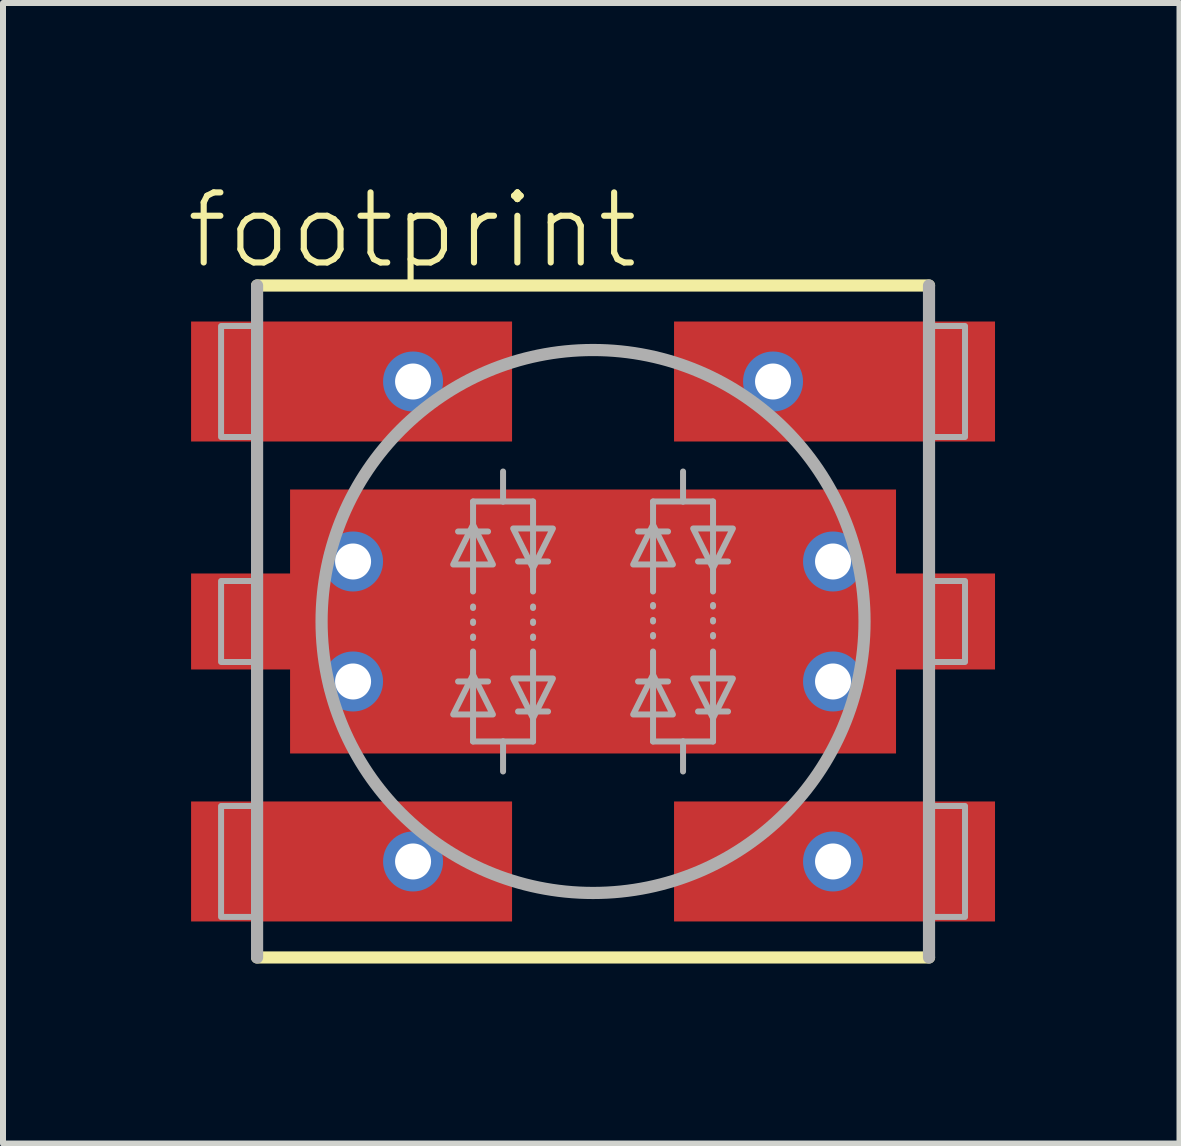
<source format=kicad_pcb>
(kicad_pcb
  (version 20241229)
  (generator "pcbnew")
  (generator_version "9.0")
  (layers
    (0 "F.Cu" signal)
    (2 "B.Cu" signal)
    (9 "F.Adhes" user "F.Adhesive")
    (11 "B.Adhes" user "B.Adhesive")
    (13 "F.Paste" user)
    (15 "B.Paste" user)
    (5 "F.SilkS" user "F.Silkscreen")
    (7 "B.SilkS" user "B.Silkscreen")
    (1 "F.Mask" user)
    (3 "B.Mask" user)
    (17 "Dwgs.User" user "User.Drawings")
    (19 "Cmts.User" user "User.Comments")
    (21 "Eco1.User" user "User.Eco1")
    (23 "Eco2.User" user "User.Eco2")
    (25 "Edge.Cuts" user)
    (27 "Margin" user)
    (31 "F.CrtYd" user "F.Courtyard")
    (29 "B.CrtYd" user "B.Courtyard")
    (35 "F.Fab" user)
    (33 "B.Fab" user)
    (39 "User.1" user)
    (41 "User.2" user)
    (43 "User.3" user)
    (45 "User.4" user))
  (footprint "footprint"
    (layer "F.Cu")
    (at 6.835 7.309)
    (property "Reference" "footprint" (at -6.835 -5.836 0) (layer "F.SilkS") (effects (font (size 1.168 1.168) (thickness 0.102)) (justify left bottom)))
    (fp_poly (pts (xy -6.775 -2.95) (xy -5.4 -2.95) (xy -5.4 -5.05) (xy -6.775 -5.05)) (stroke (width 0) (type solid)) (fill yes) (layer "F.Mask"))
    (fp_poly (pts (xy -6.775 5.05) (xy -5.4 5.05) (xy -5.4 2.95) (xy -6.775 2.95)) (stroke (width 0) (type solid)) (fill yes) (layer "F.Mask"))
    (fp_poly (pts (xy -5.45 -3.35) (xy -1.3 -3.35) (xy -1.3 -4.65) (xy -5.45 -4.65)) (stroke (width 0) (type solid)) (fill yes) (layer "F.Mask"))
    (fp_poly (pts (xy -5.45 4.65) (xy -1.3 4.65) (xy -1.3 3.35) (xy -5.45 3.35)) (stroke (width 0) (type solid)) (fill yes) (layer "F.Mask"))
    (fp_poly (pts (xy 5.45 -4.65) (xy 1.3 -4.65) (xy 1.3 -3.35) (xy 5.45 -3.35)) (stroke (width 0) (type solid)) (fill yes) (layer "F.Mask"))
    (fp_poly (pts (xy 5.45 3.35) (xy 1.3 3.35) (xy 1.3 4.65) (xy 5.45 4.65)) (stroke (width 0) (type solid)) (fill yes) (layer "F.Mask"))
    (fp_poly (pts (xy 6.775 -5.05) (xy 5.4 -5.05) (xy 5.4 -2.95) (xy 6.775 -2.95)) (stroke (width 0) (type solid)) (fill yes) (layer "F.Mask"))
    (fp_poly (pts (xy 6.775 2.95) (xy 5.4 2.95) (xy 5.4 5.05) (xy 6.775 5.05)) (stroke (width 0) (type solid)) (fill yes) (layer "F.Mask"))
    (fp_line (start -5.6 -5.6) (end 5.6 -5.6) (stroke (width 0.203) (type solid)) (layer "F.SilkS"))
    (fp_line (start 5.6 5.6) (end -5.6 5.6) (stroke (width 0.203) (type solid)) (layer "F.SilkS"))
    (fp_poly (pts (xy -6.625 -3.075) (xy -5.475 -3.075) (xy -5.475 -4.925) (xy -6.625 -4.925)) (stroke (width 0) (type solid)) (fill yes) (layer "F.Paste"))
    (fp_poly (pts (xy -6.625 4.925) (xy -5.475 4.925) (xy -5.475 3.075) (xy -6.625 3.075)) (stroke (width 0) (type solid)) (fill yes) (layer "F.Paste"))
    (fp_poly (pts (xy -6.575 0.675) (xy -4.75 0.675) (xy -4.75 -0.675) (xy -6.575 -0.675)) (stroke (width 0) (type solid)) (fill yes) (layer "F.Paste"))
    (fp_poly (pts (xy -5.55 -3.425) (xy -1.425 -3.425) (xy -1.425 -4.575) (xy -5.55 -4.575)) (stroke (width 0) (type solid)) (fill yes) (layer "F.Paste"))
    (fp_poly (pts (xy -5.55 4.575) (xy -1.425 4.575) (xy -1.425 3.425) (xy -5.55 3.425)) (stroke (width 0) (type solid)) (fill yes) (layer "F.Paste"))
    (fp_poly (pts (xy -4.85 2) (xy 4.875 2) (xy 4.875 -2) (xy -4.85 -2)) (stroke (width 0) (type solid)) (fill yes) (layer "F.Paste"))
    (fp_poly (pts (xy 5.55 -4.575) (xy 1.425 -4.575) (xy 1.425 -3.425) (xy 5.55 -3.425)) (stroke (width 0) (type solid)) (fill yes) (layer "F.Paste"))
    (fp_poly (pts (xy 5.55 3.425) (xy 1.425 3.425) (xy 1.425 4.575) (xy 5.55 4.575)) (stroke (width 0) (type solid)) (fill yes) (layer "F.Paste"))
    (fp_poly (pts (xy 6.575 -0.675) (xy 4.75 -0.675) (xy 4.75 0.675) (xy 6.575 0.675)) (stroke (width 0) (type solid)) (fill yes) (layer "F.Paste"))
    (fp_poly (pts (xy 6.625 -4.925) (xy 5.475 -4.925) (xy 5.475 -3.075) (xy 6.625 -3.075)) (stroke (width 0) (type solid)) (fill yes) (layer "F.Paste"))
    (fp_poly (pts (xy 6.625 3.075) (xy 5.475 3.075) (xy 5.475 4.925) (xy 6.625 4.925)) (stroke (width 0) (type solid)) (fill yes) (layer "F.Paste"))
    (fp_line (start -5.6 5.6) (end -5.6 -5.6) (stroke (width 0.203) (type solid)) (layer "F.Fab"))
    (fp_line (start -2.25 -1.5) (end -1.75 -1.5) (stroke (width 0.1) (type solid)) (layer "F.Fab"))
    (fp_line (start -2.25 1) (end -1.75 1) (stroke (width 0.1) (type solid)) (layer "F.Fab"))
    (fp_line (start -2 -2) (end -2 -1) (stroke (width 0.1) (type solid)) (layer "F.Fab"))
    (fp_line (start -2 -1) (end -2 -0.5) (stroke (width 0.1) (type solid)) (layer "F.Fab"))
    (fp_line (start -2 -0.25) (end -2 -0.225) (stroke (width 0.1) (type solid)) (layer "F.Fab"))
    (fp_line (start -2 0) (end -2 0.025) (stroke (width 0.1) (type solid)) (layer "F.Fab"))
    (fp_line (start -2 0.25) (end -2 0.275) (stroke (width 0.1) (type solid)) (layer "F.Fab"))
    (fp_line (start -2 2) (end -2 0.5) (stroke (width 0.1) (type solid)) (layer "F.Fab"))
    (fp_line (start -1.5 -2.5) (end -1.5 -2) (stroke (width 0.1) (type solid)) (layer "F.Fab"))
    (fp_line (start -1.5 -2) (end -2 -2) (stroke (width 0.1) (type solid)) (layer "F.Fab"))
    (fp_line (start -1.5 -2) (end -1 -2) (stroke (width 0.1) (type solid)) (layer "F.Fab"))
    (fp_line (start -1.5 2) (end -2 2) (stroke (width 0.1) (type solid)) (layer "F.Fab"))
    (fp_line (start -1.5 2) (end -1 2) (stroke (width 0.1) (type solid)) (layer "F.Fab"))
    (fp_line (start -1.5 2.5) (end -1.5 2) (stroke (width 0.1) (type solid)) (layer "F.Fab"))
    (fp_line (start -1.25 -1) (end -0.75 -1) (stroke (width 0.1) (type solid)) (layer "F.Fab"))
    (fp_line (start -1 -2) (end -1 -1) (stroke (width 0.1) (type solid)) (layer "F.Fab"))
    (fp_line (start -1 -1) (end -1 -0.5) (stroke (width 0.1) (type solid)) (layer "F.Fab"))
    (fp_line (start -1 -0.25) (end -1 -0.225) (stroke (width 0.1) (type solid)) (layer "F.Fab"))
    (fp_line (start -1 0) (end -1 0.025) (stroke (width 0.1) (type solid)) (layer "F.Fab"))
    (fp_line (start -1 0.25) (end -1 0.275) (stroke (width 0.1) (type solid)) (layer "F.Fab"))
    (fp_line (start -1 2) (end -1 0.5) (stroke (width 0.1) (type solid)) (layer "F.Fab"))
    (fp_line (start -0.75 1.5) (end -1.25 1.5) (stroke (width 0.1) (type solid)) (layer "F.Fab"))
    (fp_line (start 0.75 -1.5) (end 1.25 -1.5) (stroke (width 0.1) (type solid)) (layer "F.Fab"))
    (fp_line (start 1 -2) (end 1 -0.5) (stroke (width 0.1) (type solid)) (layer "F.Fab"))
    (fp_line (start 1 -0.25) (end 1 -0.275) (stroke (width 0.1) (type solid)) (layer "F.Fab"))
    (fp_line (start 1 0) (end 1 -0.025) (stroke (width 0.1) (type solid)) (layer "F.Fab"))
    (fp_line (start 1 0.25) (end 1 0.225) (stroke (width 0.1) (type solid)) (layer "F.Fab"))
    (fp_line (start 1 1) (end 1 0.5) (stroke (width 0.1) (type solid)) (layer "F.Fab"))
    (fp_line (start 1 2) (end 1 1) (stroke (width 0.1) (type solid)) (layer "F.Fab"))
    (fp_line (start 1.25 1) (end 0.75 1) (stroke (width 0.1) (type solid)) (layer "F.Fab"))
    (fp_line (start 1.5 -2.5) (end 1.5 -2) (stroke (width 0.1) (type solid)) (layer "F.Fab"))
    (fp_line (start 1.5 -2) (end 1 -2) (stroke (width 0.1) (type solid)) (layer "F.Fab"))
    (fp_line (start 1.5 -2) (end 2 -2) (stroke (width 0.1) (type solid)) (layer "F.Fab"))
    (fp_line (start 1.5 2) (end 1 2) (stroke (width 0.1) (type solid)) (layer "F.Fab"))
    (fp_line (start 1.5 2) (end 2 2) (stroke (width 0.1) (type solid)) (layer "F.Fab"))
    (fp_line (start 1.5 2.5) (end 1.5 2) (stroke (width 0.1) (type solid)) (layer "F.Fab"))
    (fp_line (start 2 -2) (end 2 -0.5) (stroke (width 0.1) (type solid)) (layer "F.Fab"))
    (fp_line (start 2 -0.25) (end 2 -0.275) (stroke (width 0.1) (type solid)) (layer "F.Fab"))
    (fp_line (start 2 0) (end 2 -0.025) (stroke (width 0.1) (type solid)) (layer "F.Fab"))
    (fp_line (start 2 0.25) (end 2 0.225) (stroke (width 0.1) (type solid)) (layer "F.Fab"))
    (fp_line (start 2 1) (end 2 0.5) (stroke (width 0.1) (type solid)) (layer "F.Fab"))
    (fp_line (start 2 2) (end 2 1) (stroke (width 0.1) (type solid)) (layer "F.Fab"))
    (fp_line (start 2.25 -1) (end 1.75 -1) (stroke (width 0.1) (type solid)) (layer "F.Fab"))
    (fp_line (start 2.25 1.5) (end 1.75 1.5) (stroke (width 0.1) (type solid)) (layer "F.Fab"))
    (fp_line (start 5.6 -5.6) (end 5.6 5.6) (stroke (width 0.203) (type solid)) (layer "F.Fab"))
    (fp_circle (center 0 0) (end 4.525 0) (stroke (width 0.203) (type solid)) (fill no) (layer "F.Fab"))
    (fp_poly (pts (xy -1.669 -0.95) (xy -2.331 -0.95) (xy -2 -1.612)) (stroke (width 0.1) (type solid)) (fill no) (layer "F.Fab"))
    (fp_poly (pts (xy -1.669 1.55) (xy -2.331 1.55) (xy -2 0.888)) (stroke (width 0.1) (type solid)) (fill no) (layer "F.Fab"))
    (fp_poly (pts (xy -1 -0.888) (xy -1.331 -1.55) (xy -0.669 -1.55)) (stroke (width 0.1) (type solid)) (fill no) (layer "F.Fab"))
    (fp_poly (pts (xy -1 1.612) (xy -1.331 0.95) (xy -0.669 0.95)) (stroke (width 0.1) (type solid)) (fill no) (layer "F.Fab"))
    (fp_poly (pts (xy 1.331 -0.95) (xy 0.669 -0.95) (xy 1 -1.612)) (stroke (width 0.1) (type solid)) (fill no) (layer "F.Fab"))
    (fp_poly (pts (xy 1.331 1.55) (xy 0.669 1.55) (xy 1 0.888)) (stroke (width 0.1) (type solid)) (fill no) (layer "F.Fab"))
    (fp_poly (pts (xy 2 -0.888) (xy 1.669 -1.55) (xy 2.331 -1.55)) (stroke (width 0.1) (type solid)) (fill no) (layer "F.Fab"))
    (fp_poly (pts (xy 2 1.612) (xy 1.669 0.95) (xy 2.331 0.95)) (stroke (width 0.1) (type solid)) (fill no) (layer "F.Fab"))
    (fp_poly (pts (xy -6.2 -3.075) (xy -5.6 -3.075) (xy -5.6 -4.925) (xy -6.2 -4.925)) (stroke (width 0.1) (type solid)) (fill no) (layer "F.Fab"))
    (fp_poly (pts (xy -6.2 0.675) (xy -5.6 0.675) (xy -5.6 -0.675) (xy -6.2 -0.675)) (stroke (width 0.1) (type solid)) (fill no) (layer "F.Fab"))
    (fp_poly (pts (xy -6.2 4.925) (xy -5.6 4.925) (xy -5.6 3.075) (xy -6.2 3.075)) (stroke (width 0.1) (type solid)) (fill no) (layer "F.Fab"))
    (fp_poly (pts (xy 6.2 -4.925) (xy 5.6 -4.925) (xy 5.6 -3.075) (xy 6.2 -3.075)) (stroke (width 0.1) (type solid)) (fill no) (layer "F.Fab"))
    (fp_poly (pts (xy 6.2 -0.675) (xy 5.6 -0.675) (xy 5.6 0.675) (xy 6.2 0.675)) (stroke (width 0.1) (type solid)) (fill no) (layer "F.Fab"))
    (fp_poly (pts (xy 6.2 3.075) (xy 5.6 3.075) (xy 5.6 4.925) (xy 6.2 4.925)) (stroke (width 0.1) (type solid)) (fill no) (layer "F.Fab"))
    (pad "1" smd rect (at -4.025 -4 180) (size 5.35 2) (layers "F.Cu"))
    (pad "1@1" thru_hole circle (at -3 -4) (size 1 1) (drill 0.6) (layers "*.Cu" "*.Mask"))
    (pad "2" smd rect (at -4.025 4 180) (size 5.35 2) (layers "F.Cu"))
    (pad "2@1" thru_hole circle (at -3 4) (size 1 1) (drill 0.6) (layers "*.Cu" "*.Mask"))
    (pad "3" smd rect (at 0 0) (size 10.1 4.4) (layers "F.Cu" "F.Mask"))
    (pad "3@1" smd rect (at -5.8 0) (size 1.8 1.6) (layers "F.Cu" "F.Mask"))
    (pad "3@2" smd rect (at 5.8 0) (size 1.8 1.6) (layers "F.Cu" "F.Mask"))
    (pad "3@3" thru_hole circle (at -4 -1) (size 1 1) (drill 0.6) (layers "*.Cu" "*.Mask"))
    (pad "3@4" thru_hole circle (at -4 1) (size 1 1) (drill 0.6) (layers "*.Cu" "*.Mask"))
    (pad "3@5" thru_hole circle (at 4 1) (size 1 1) (drill 0.6) (layers "*.Cu" "*.Mask"))
    (pad "3@6" thru_hole circle (at 4 -1) (size 1 1) (drill 0.6) (layers "*.Cu" "*.Mask"))
    (pad "4" smd rect (at 4.025 -4) (size 5.35 2) (layers "F.Cu"))
    (pad "4@1" thru_hole circle (at 3 -4) (size 1 1) (drill 0.6) (layers "*.Cu" "*.Mask"))
    (pad "5" smd rect (at 4.025 4) (size 5.35 2) (layers "F.Cu"))
    (pad "5@1" thru_hole circle (at 4 4) (size 1 1) (drill 0.6) (layers "*.Cu" "*.Mask")))
  (gr_rect
    (start -3 -3)
    (end 16.61 16.011)
    (stroke (width 0.1) (type default))
    (fill no)
    (layer "Edge.Cuts")))
</source>
